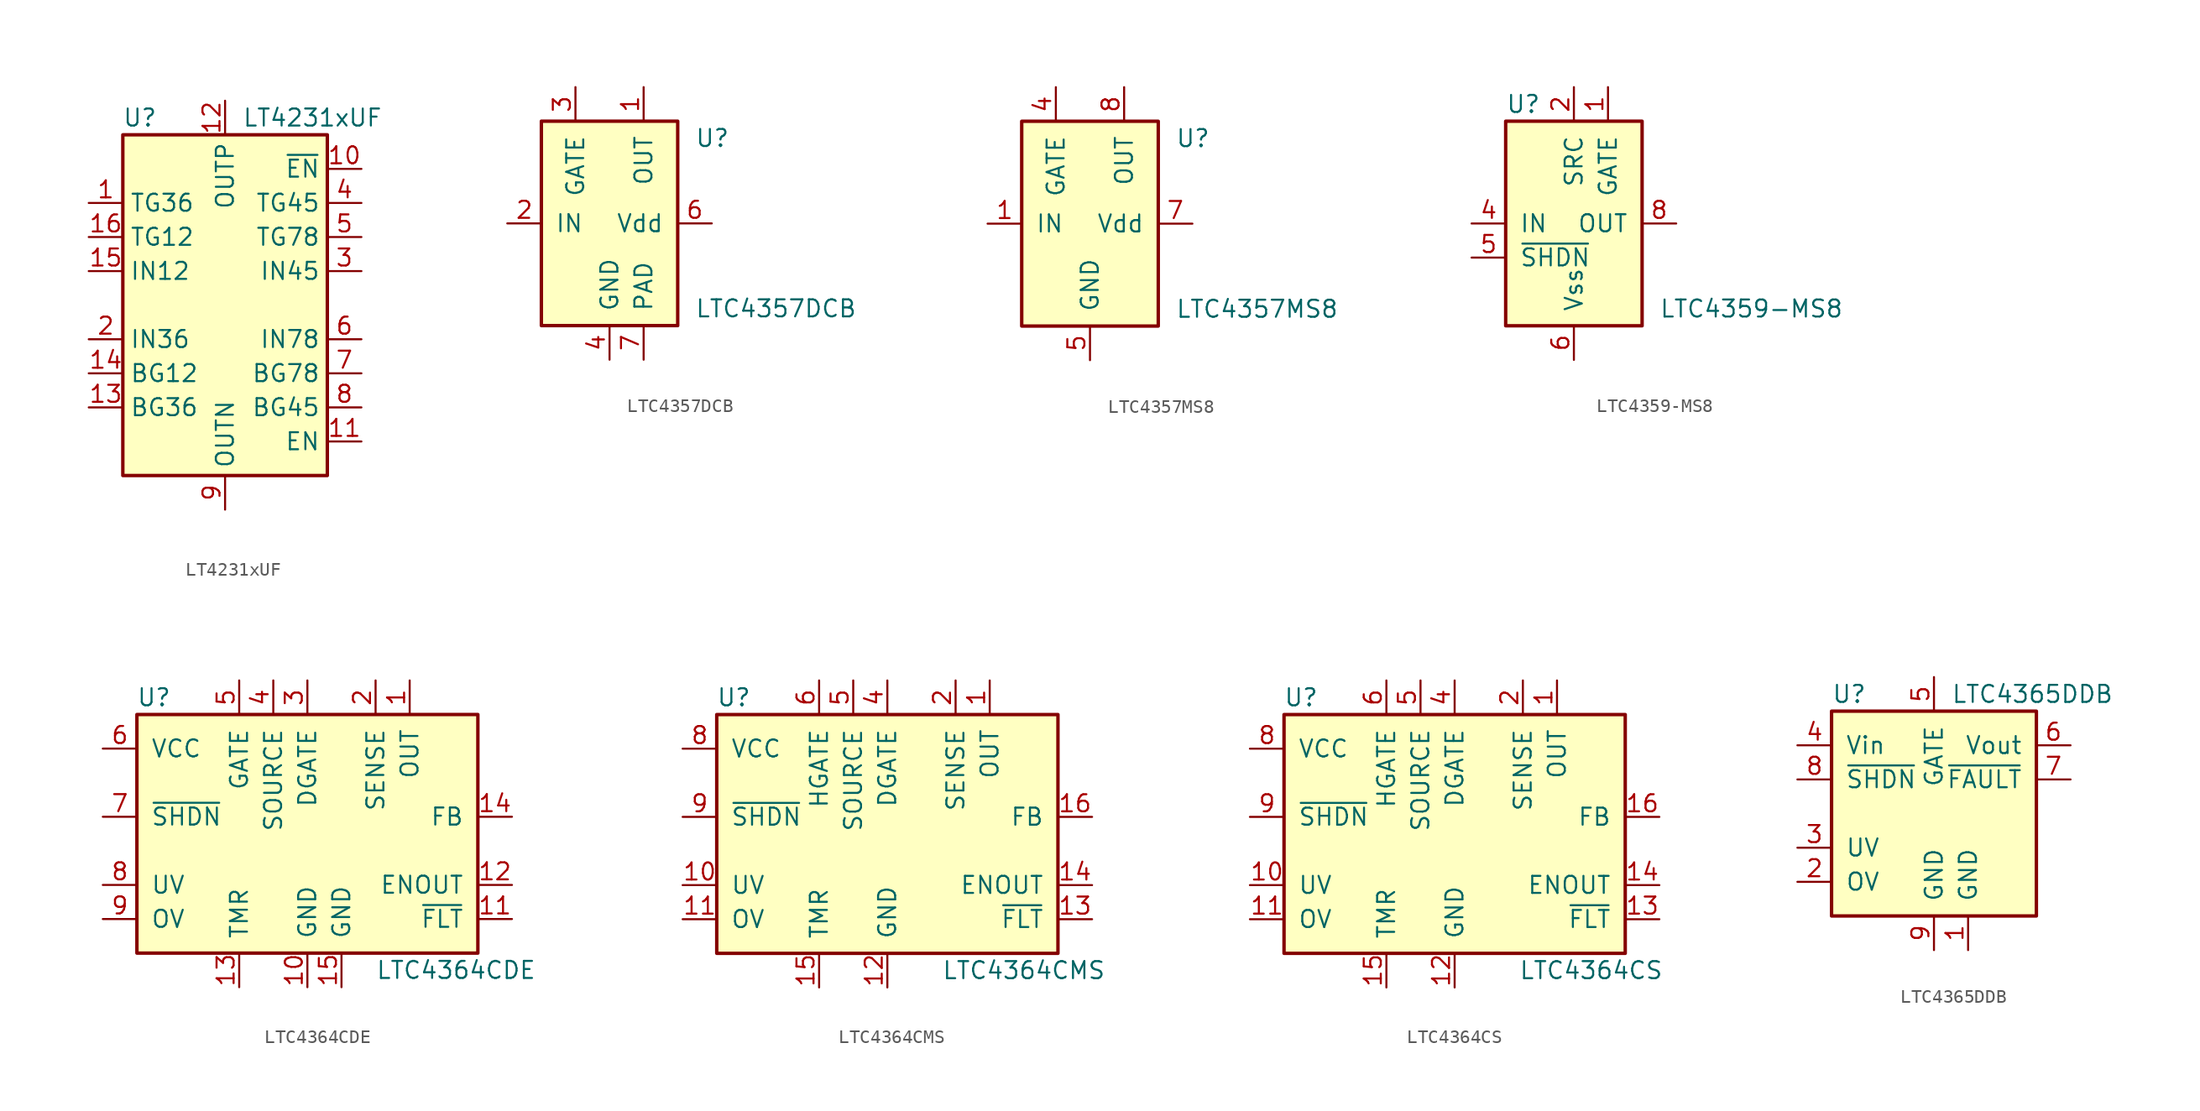
<source format=kicad_sym>
(kicad_symbol_lib
  (version 20211014)
  (generator kicad_symbol_editor)
  (symbol "LT4231xUF"
    (property "Reference" "U"
      (at -6.35 13.97 0)
      (effects (font (size 1.27 1.27))))
    (property "Value" "LT4231xUF"
      (at 1.27 13.97 0)
      (effects (font (size 1.27 1.27)) (justify left)))
    (symbol "LT4231xUF_0_1"
      (rectangle (start -7.62 12.7) (end 7.62 -12.7) (stroke (width 0.254) (type default) (color 0 0 0 0)) (fill (type background))))
    (symbol "LT4231xUF_1_1"
      (pin output line (at -10.16 7.62 0) (length 2.54) (name "TG36" (effects (font (size 1.27 1.27)))) (number "1" (effects (font (size 1.27 1.27)))))
      (pin output line (at 10.16 10.16 180) (length 2.54) (name "~{EN}" (effects (font (size 1.27 1.27)))) (number "10" (effects (font (size 1.27 1.27)))))
      (pin output line (at 10.16 -10.16 180) (length 2.54) (name "EN" (effects (font (size 1.27 1.27)))) (number "11" (effects (font (size 1.27 1.27)))))
      (pin power_in line (at 0 15.24 270) (length 2.54) (name "OUTP" (effects (font (size 1.27 1.27)))) (number "12" (effects (font (size 1.27 1.27)))))
      (pin output line (at -10.16 -7.62 0) (length 2.54) (name "BG36" (effects (font (size 1.27 1.27)))) (number "13" (effects (font (size 1.27 1.27)))))
      (pin output line (at -10.16 -5.08 0) (length 2.54) (name "BG12" (effects (font (size 1.27 1.27)))) (number "14" (effects (font (size 1.27 1.27)))))
      (pin power_in line (at -10.16 2.54 0) (length 2.54) (name "IN12" (effects (font (size 1.27 1.27)))) (number "15" (effects (font (size 1.27 1.27)))))
      (pin output line (at -10.16 5.08 0) (length 2.54) (name "TG12" (effects (font (size 1.27 1.27)))) (number "16" (effects (font (size 1.27 1.27)))))
      (pin passive line (at 0 -15.24 90) (length 2.54) hide (name "OUTN" (effects (font (size 1.27 1.27)))) (number "17" (effects (font (size 1.27 1.27)))))
      (pin power_in line (at -10.16 -2.54 0) (length 2.54) (name "IN36" (effects (font (size 1.27 1.27)))) (number "2" (effects (font (size 1.27 1.27)))))
      (pin power_in line (at 10.16 2.54 180) (length 2.54) (name "IN45" (effects (font (size 1.27 1.27)))) (number "3" (effects (font (size 1.27 1.27)))))
      (pin output line (at 10.16 7.62 180) (length 2.54) (name "TG45" (effects (font (size 1.27 1.27)))) (number "4" (effects (font (size 1.27 1.27)))))
      (pin output line (at 10.16 5.08 180) (length 2.54) (name "TG78" (effects (font (size 1.27 1.27)))) (number "5" (effects (font (size 1.27 1.27)))))
      (pin power_in line (at 10.16 -2.54 180) (length 2.54) (name "IN78" (effects (font (size 1.27 1.27)))) (number "6" (effects (font (size 1.27 1.27)))))
      (pin output line (at 10.16 -5.08 180) (length 2.54) (name "BG78" (effects (font (size 1.27 1.27)))) (number "7" (effects (font (size 1.27 1.27)))))
      (pin output line (at 10.16 -7.62 180) (length 2.54) (name "BG45" (effects (font (size 1.27 1.27)))) (number "8" (effects (font (size 1.27 1.27)))))
      (pin power_in line (at 0 -15.24 90) (length 2.54) (name "OUTN" (effects (font (size 1.27 1.27)))) (number "9" (effects (font (size 1.27 1.27)))))))
  (symbol "LTC4357DCB"
    (pin_names
      (offset 1.016))
    (property "Reference" "U"
      (at 6.35 6.35 0)
      (effects (font (size 1.27 1.27)) (justify left)))
    (property "Value" "LTC4357DCB"
      (at 6.35 -6.35 0)
      (effects (font (size 1.27 1.27)) (justify left)))
    (symbol "LTC4357DCB_0_1"
      (rectangle (start -5.08 7.62) (end 5.08 -7.62) (stroke (width 0.254) (type default) (color 0 0 0 0)) (fill (type background))))
    (symbol "LTC4357DCB_1_1"
      (pin input line (at 2.54 10.16 270) (length 2.54) (name "OUT" (effects (font (size 1.27 1.27)))) (number "1" (effects (font (size 1.27 1.27)))))
      (pin input line (at -7.62 0 0) (length 2.54) (name "IN" (effects (font (size 1.27 1.27)))) (number "2" (effects (font (size 1.27 1.27)))))
      (pin output line (at -2.54 10.16 270) (length 2.54) (name "GATE" (effects (font (size 1.27 1.27)))) (number "3" (effects (font (size 1.27 1.27)))))
      (pin power_in line (at 0 -10.16 90) (length 2.54) (name "GND" (effects (font (size 1.27 1.27)))) (number "4" (effects (font (size 1.27 1.27)))))
      (pin no_connect line (at -7.62 -2.54 0) (length 2.54) hide (name "NC" (effects (font (size 1.27 1.27)))) (number "5" (effects (font (size 1.27 1.27)))))
      (pin power_in line (at 7.62 0 180) (length 2.54) (name "Vdd" (effects (font (size 1.27 1.27)))) (number "6" (effects (font (size 1.27 1.27)))))
      (pin power_in line (at 2.54 -10.16 90) (length 2.54) (name "PAD" (effects (font (size 1.27 1.27)))) (number "7" (effects (font (size 1.27 1.27)))))))
  (symbol "LTC4357MS8"
    (pin_names
      (offset 1.016))
    (property "Reference" "U"
      (at 6.35 6.35 0)
      (effects (font (size 1.27 1.27)) (justify left)))
    (property "Value" "LTC4357MS8"
      (at 6.35 -6.35 0)
      (effects (font (size 1.27 1.27)) (justify left)))
    (symbol "LTC4357MS8_0_1"
      (rectangle (start -5.08 7.62) (end 5.08 -7.62) (stroke (width 0.254) (type default) (color 0 0 0 0)) (fill (type background))))
    (symbol "LTC4357MS8_1_1"
      (pin input line (at -7.62 0 0) (length 2.54) (name "IN" (effects (font (size 1.27 1.27)))) (number "1" (effects (font (size 1.27 1.27)))))
      (pin no_connect line (at -7.62 -2.54 0) (length 2.54) hide (name "NC" (effects (font (size 1.27 1.27)))) (number "2" (effects (font (size 1.27 1.27)))))
      (pin no_connect line (at -7.62 -5.08 0) (length 2.54) hide (name "NC" (effects (font (size 1.27 1.27)))) (number "3" (effects (font (size 1.27 1.27)))))
      (pin output line (at -2.54 10.16 270) (length 2.54) (name "GATE" (effects (font (size 1.27 1.27)))) (number "4" (effects (font (size 1.27 1.27)))))
      (pin power_in line (at 0 -10.16 90) (length 2.54) (name "GND" (effects (font (size 1.27 1.27)))) (number "5" (effects (font (size 1.27 1.27)))))
      (pin no_connect line (at 2.54 -10.16 90) (length 2.54) hide (name "NC" (effects (font (size 1.27 1.27)))) (number "6" (effects (font (size 1.27 1.27)))))
      (pin power_in line (at 7.62 0 180) (length 2.54) (name "Vdd" (effects (font (size 1.27 1.27)))) (number "7" (effects (font (size 1.27 1.27)))))
      (pin input line (at 2.54 10.16 270) (length 2.54) (name "OUT" (effects (font (size 1.27 1.27)))) (number "8" (effects (font (size 1.27 1.27)))))))
  (symbol "LTC4359-MS8"
    (pin_names
      (offset 1.016))
    (property "Reference" "U"
      (at -5.08 8.89 0)
      (effects (font (size 1.27 1.27)) (justify left)))
    (property "Value" "LTC4359-MS8"
      (at 6.35 -6.35 0)
      (effects (font (size 1.27 1.27)) (justify left)))
    (symbol "LTC4359-MS8_0_1"
      (rectangle (start -5.08 7.62) (end 5.08 -7.62) (stroke (width 0.254) (type default) (color 0 0 0 0)) (fill (type background))))
    (symbol "LTC4359-MS8_1_1"
      (pin output line (at 2.54 10.16 270) (length 2.54) (name "GATE" (effects (font (size 1.27 1.27)))) (number "1" (effects (font (size 1.27 1.27)))))
      (pin input line (at 0 10.16 270) (length 2.54) (name "SRC" (effects (font (size 1.27 1.27)))) (number "2" (effects (font (size 1.27 1.27)))))
      (pin no_connect line (at -2.54 -10.16 90) (length 2.54) hide (name "NC" (effects (font (size 1.27 1.27)))) (number "3" (effects (font (size 1.27 1.27)))))
      (pin power_in line (at -7.62 0 0) (length 2.54) (name "IN" (effects (font (size 1.27 1.27)))) (number "4" (effects (font (size 1.27 1.27)))))
      (pin input line (at -7.62 -2.54 0) (length 2.54) (name "~{SHDN}" (effects (font (size 1.27 1.27)))) (number "5" (effects (font (size 1.27 1.27)))))
      (pin power_in line (at 0 -10.16 90) (length 2.54) (name "Vss" (effects (font (size 1.27 1.27)))) (number "6" (effects (font (size 1.27 1.27)))))
      (pin no_connect line (at 2.54 -10.16 90) (length 2.54) hide (name "NC" (effects (font (size 1.27 1.27)))) (number "7" (effects (font (size 1.27 1.27)))))
      (pin input line (at 7.62 0 180) (length 2.54) (name "OUT" (effects (font (size 1.27 1.27)))) (number "8" (effects (font (size 1.27 1.27)))))))
  (symbol "LTC4364CDE"
    (pin_names
      (offset 1.016))
    (property "Reference" "U"
      (at -11.43 8.89 0)
      (effects (font (size 1.27 1.27))))
    (property "Value" "LTC4364CDE"
      (at 5.08 -11.43 0)
      (effects (font (size 1.27 1.27)) (justify left)))
    (symbol "LTC4364CDE_0_1"
      (rectangle (start -12.7 7.62) (end 12.7 -10.16) (stroke (width 0.254) (type default) (color 0 0 0 0)) (fill (type background))))
    (symbol "LTC4364CDE_1_1"
      (pin input line (at 7.62 10.16 270) (length 2.54) (name "OUT" (effects (font (size 1.27 1.27)))) (number "1" (effects (font (size 1.27 1.27)))))
      (pin power_in line (at 0 -12.7 90) (length 2.54) (name "GND" (effects (font (size 1.27 1.27)))) (number "10" (effects (font (size 1.27 1.27)))))
      (pin open_collector line (at 15.24 -7.62 180) (length 2.54) (name "~{FLT}" (effects (font (size 1.27 1.27)))) (number "11" (effects (font (size 1.27 1.27)))))
      (pin open_collector line (at 15.24 -5.08 180) (length 2.54) (name "ENOUT" (effects (font (size 1.27 1.27)))) (number "12" (effects (font (size 1.27 1.27)))))
      (pin input line (at -5.08 -12.7 90) (length 2.54) (name "TMR" (effects (font (size 1.27 1.27)))) (number "13" (effects (font (size 1.27 1.27)))))
      (pin input line (at 15.24 0 180) (length 2.54) (name "FB" (effects (font (size 1.27 1.27)))) (number "14" (effects (font (size 1.27 1.27)))))
      (pin power_in line (at 2.54 -12.7 90) (length 2.54) (name "GND" (effects (font (size 1.27 1.27)))) (number "15" (effects (font (size 1.27 1.27)))))
      (pin input line (at 5.08 10.16 270) (length 2.54) (name "SENSE" (effects (font (size 1.27 1.27)))) (number "2" (effects (font (size 1.27 1.27)))))
      (pin output line (at 0 10.16 270) (length 2.54) (name "DGATE" (effects (font (size 1.27 1.27)))) (number "3" (effects (font (size 1.27 1.27)))))
      (pin input line (at -2.54 10.16 270) (length 2.54) (name "SOURCE" (effects (font (size 1.27 1.27)))) (number "4" (effects (font (size 1.27 1.27)))))
      (pin output line (at -5.08 10.16 270) (length 2.54) (name "GATE" (effects (font (size 1.27 1.27)))) (number "5" (effects (font (size 1.27 1.27)))))
      (pin power_in line (at -15.24 5.08 0) (length 2.54) (name "VCC" (effects (font (size 1.27 1.27)))) (number "6" (effects (font (size 1.27 1.27)))))
      (pin input line (at -15.24 0 0) (length 2.54) (name "~{SHDN}" (effects (font (size 1.27 1.27)))) (number "7" (effects (font (size 1.27 1.27)))))
      (pin input line (at -15.24 -5.08 0) (length 2.54) (name "UV" (effects (font (size 1.27 1.27)))) (number "8" (effects (font (size 1.27 1.27)))))
      (pin input line (at -15.24 -7.62 0) (length 2.54) (name "OV" (effects (font (size 1.27 1.27)))) (number "9" (effects (font (size 1.27 1.27)))))))
  (symbol "LTC4364CMS"
    (pin_names
      (offset 1.016))
    (property "Reference" "U"
      (at -11.43 8.89 0)
      (effects (font (size 1.27 1.27))))
    (property "Value" "LTC4364CMS"
      (at 10.16 -11.43 0)
      (effects (font (size 1.27 1.27))))
    (symbol "LTC4364CMS_0_1"
      (rectangle (start -12.7 7.62) (end 12.7 -10.16) (stroke (width 0.254) (type default) (color 0 0 0 0)) (fill (type background))))
    (symbol "LTC4364CMS_1_1"
      (pin input line (at 7.62 10.16 270) (length 2.54) (name "OUT" (effects (font (size 1.27 1.27)))) (number "1" (effects (font (size 1.27 1.27)))))
      (pin input line (at -15.24 -5.08 0) (length 2.54) (name "UV" (effects (font (size 1.27 1.27)))) (number "10" (effects (font (size 1.27 1.27)))))
      (pin input line (at -15.24 -7.62 0) (length 2.54) (name "OV" (effects (font (size 1.27 1.27)))) (number "11" (effects (font (size 1.27 1.27)))))
      (pin power_in line (at 0 -12.7 90) (length 2.54) (name "GND" (effects (font (size 1.27 1.27)))) (number "12" (effects (font (size 1.27 1.27)))))
      (pin open_collector line (at 15.24 -7.62 180) (length 2.54) (name "~{FLT}" (effects (font (size 1.27 1.27)))) (number "13" (effects (font (size 1.27 1.27)))))
      (pin open_collector line (at 15.24 -5.08 180) (length 2.54) (name "ENOUT" (effects (font (size 1.27 1.27)))) (number "14" (effects (font (size 1.27 1.27)))))
      (pin input line (at -5.08 -12.7 90) (length 2.54) (name "TMR" (effects (font (size 1.27 1.27)))) (number "15" (effects (font (size 1.27 1.27)))))
      (pin input line (at 15.24 0 180) (length 2.54) (name "FB" (effects (font (size 1.27 1.27)))) (number "16" (effects (font (size 1.27 1.27)))))
      (pin input line (at 5.08 10.16 270) (length 2.54) (name "SENSE" (effects (font (size 1.27 1.27)))) (number "2" (effects (font (size 1.27 1.27)))))
      (pin no_connect line (at 15.24 2.54 180) (length 2.54) hide (name "NC" (effects (font (size 1.27 1.27)))) (number "3" (effects (font (size 1.27 1.27)))))
      (pin output line (at 0 10.16 270) (length 2.54) (name "DGATE" (effects (font (size 1.27 1.27)))) (number "4" (effects (font (size 1.27 1.27)))))
      (pin input line (at -2.54 10.16 270) (length 2.54) (name "SOURCE" (effects (font (size 1.27 1.27)))) (number "5" (effects (font (size 1.27 1.27)))))
      (pin output line (at -5.08 10.16 270) (length 2.54) (name "HGATE" (effects (font (size 1.27 1.27)))) (number "6" (effects (font (size 1.27 1.27)))))
      (pin no_connect line (at 15.24 5.08 180) (length 2.54) hide (name "NC" (effects (font (size 1.27 1.27)))) (number "7" (effects (font (size 1.27 1.27)))))
      (pin power_in line (at -15.24 5.08 0) (length 2.54) (name "VCC" (effects (font (size 1.27 1.27)))) (number "8" (effects (font (size 1.27 1.27)))))
      (pin input line (at -15.24 0 0) (length 2.54) (name "~{SHDN}" (effects (font (size 1.27 1.27)))) (number "9" (effects (font (size 1.27 1.27)))))))
  (symbol "LTC4364CS"
    (pin_names
      (offset 1.016))
    (property "Reference" "U"
      (at -11.43 8.89 0)
      (effects (font (size 1.27 1.27))))
    (property "Value" "LTC4364CS"
      (at 10.16 -11.43 0)
      (effects (font (size 1.27 1.27))))
    (symbol "LTC4364CS_0_1"
      (rectangle (start -12.7 7.62) (end 12.7 -10.16) (stroke (width 0.254) (type default) (color 0 0 0 0)) (fill (type background))))
    (symbol "LTC4364CS_1_1"
      (pin input line (at 7.62 10.16 270) (length 2.54) (name "OUT" (effects (font (size 1.27 1.27)))) (number "1" (effects (font (size 1.27 1.27)))))
      (pin input line (at -15.24 -5.08 0) (length 2.54) (name "UV" (effects (font (size 1.27 1.27)))) (number "10" (effects (font (size 1.27 1.27)))))
      (pin input line (at -15.24 -7.62 0) (length 2.54) (name "OV" (effects (font (size 1.27 1.27)))) (number "11" (effects (font (size 1.27 1.27)))))
      (pin power_in line (at 0 -12.7 90) (length 2.54) (name "GND" (effects (font (size 1.27 1.27)))) (number "12" (effects (font (size 1.27 1.27)))))
      (pin open_collector line (at 15.24 -7.62 180) (length 2.54) (name "~{FLT}" (effects (font (size 1.27 1.27)))) (number "13" (effects (font (size 1.27 1.27)))))
      (pin open_collector line (at 15.24 -5.08 180) (length 2.54) (name "ENOUT" (effects (font (size 1.27 1.27)))) (number "14" (effects (font (size 1.27 1.27)))))
      (pin input line (at -5.08 -12.7 90) (length 2.54) (name "TMR" (effects (font (size 1.27 1.27)))) (number "15" (effects (font (size 1.27 1.27)))))
      (pin input line (at 15.24 0 180) (length 2.54) (name "FB" (effects (font (size 1.27 1.27)))) (number "16" (effects (font (size 1.27 1.27)))))
      (pin input line (at 5.08 10.16 270) (length 2.54) (name "SENSE" (effects (font (size 1.27 1.27)))) (number "2" (effects (font (size 1.27 1.27)))))
      (pin no_connect line (at 15.24 2.54 180) (length 2.54) hide (name "NC" (effects (font (size 1.27 1.27)))) (number "3" (effects (font (size 1.27 1.27)))))
      (pin output line (at 0 10.16 270) (length 2.54) (name "DGATE" (effects (font (size 1.27 1.27)))) (number "4" (effects (font (size 1.27 1.27)))))
      (pin input line (at -2.54 10.16 270) (length 2.54) (name "SOURCE" (effects (font (size 1.27 1.27)))) (number "5" (effects (font (size 1.27 1.27)))))
      (pin output line (at -5.08 10.16 270) (length 2.54) (name "HGATE" (effects (font (size 1.27 1.27)))) (number "6" (effects (font (size 1.27 1.27)))))
      (pin no_connect line (at 15.24 5.08 180) (length 2.54) hide (name "NC" (effects (font (size 1.27 1.27)))) (number "7" (effects (font (size 1.27 1.27)))))
      (pin power_in line (at -15.24 5.08 0) (length 2.54) (name "VCC" (effects (font (size 1.27 1.27)))) (number "8" (effects (font (size 1.27 1.27)))))
      (pin input line (at -15.24 0 0) (length 2.54) (name "~{SHDN}" (effects (font (size 1.27 1.27)))) (number "9" (effects (font (size 1.27 1.27)))))))
  (symbol "LTC4365DDB"
    (pin_names
      (offset 1.016))
    (property "Reference" "U"
      (at -7.62 8.89 0)
      (effects (font (size 1.27 1.27)) (justify left)))
    (property "Value" "LTC4365DDB"
      (at 1.27 8.89 0)
      (effects (font (size 1.27 1.27)) (justify left)))
    (symbol "LTC4365DDB_0_1"
      (rectangle (start -7.62 7.62) (end 7.62 -7.62) (stroke (width 0.254) (type default) (color 0 0 0 0)) (fill (type background))))
    (symbol "LTC4365DDB_1_1"
      (pin power_in line (at 2.54 -10.16 90) (length 2.54) (name "GND" (effects (font (size 1.27 1.27)))) (number "1" (effects (font (size 1.27 1.27)))))
      (pin input line (at -10.16 -5.08 0) (length 2.54) (name "OV" (effects (font (size 1.27 1.27)))) (number "2" (effects (font (size 1.27 1.27)))))
      (pin input line (at -10.16 -2.54 0) (length 2.54) (name "UV" (effects (font (size 1.27 1.27)))) (number "3" (effects (font (size 1.27 1.27)))))
      (pin power_in line (at -10.16 5.08 0) (length 2.54) (name "Vin" (effects (font (size 1.27 1.27)))) (number "4" (effects (font (size 1.27 1.27)))))
      (pin output line (at 0 10.16 270) (length 2.54) (name "GATE" (effects (font (size 1.27 1.27)))) (number "5" (effects (font (size 1.27 1.27)))))
      (pin input line (at 10.16 5.08 180) (length 2.54) (name "Vout" (effects (font (size 1.27 1.27)))) (number "6" (effects (font (size 1.27 1.27)))))
      (pin open_collector line (at 10.16 2.54 180) (length 2.54) (name "~{FAULT}" (effects (font (size 1.27 1.27)))) (number "7" (effects (font (size 1.27 1.27)))))
      (pin input line (at -10.16 2.54 0) (length 2.54) (name "~{SHDN}" (effects (font (size 1.27 1.27)))) (number "8" (effects (font (size 1.27 1.27)))))
      (pin power_in line (at 0 -10.16 90) (length 2.54) (name "GND" (effects (font (size 1.27 1.27)))) (number "9" (effects (font (size 1.27 1.27))))))))
</source>
